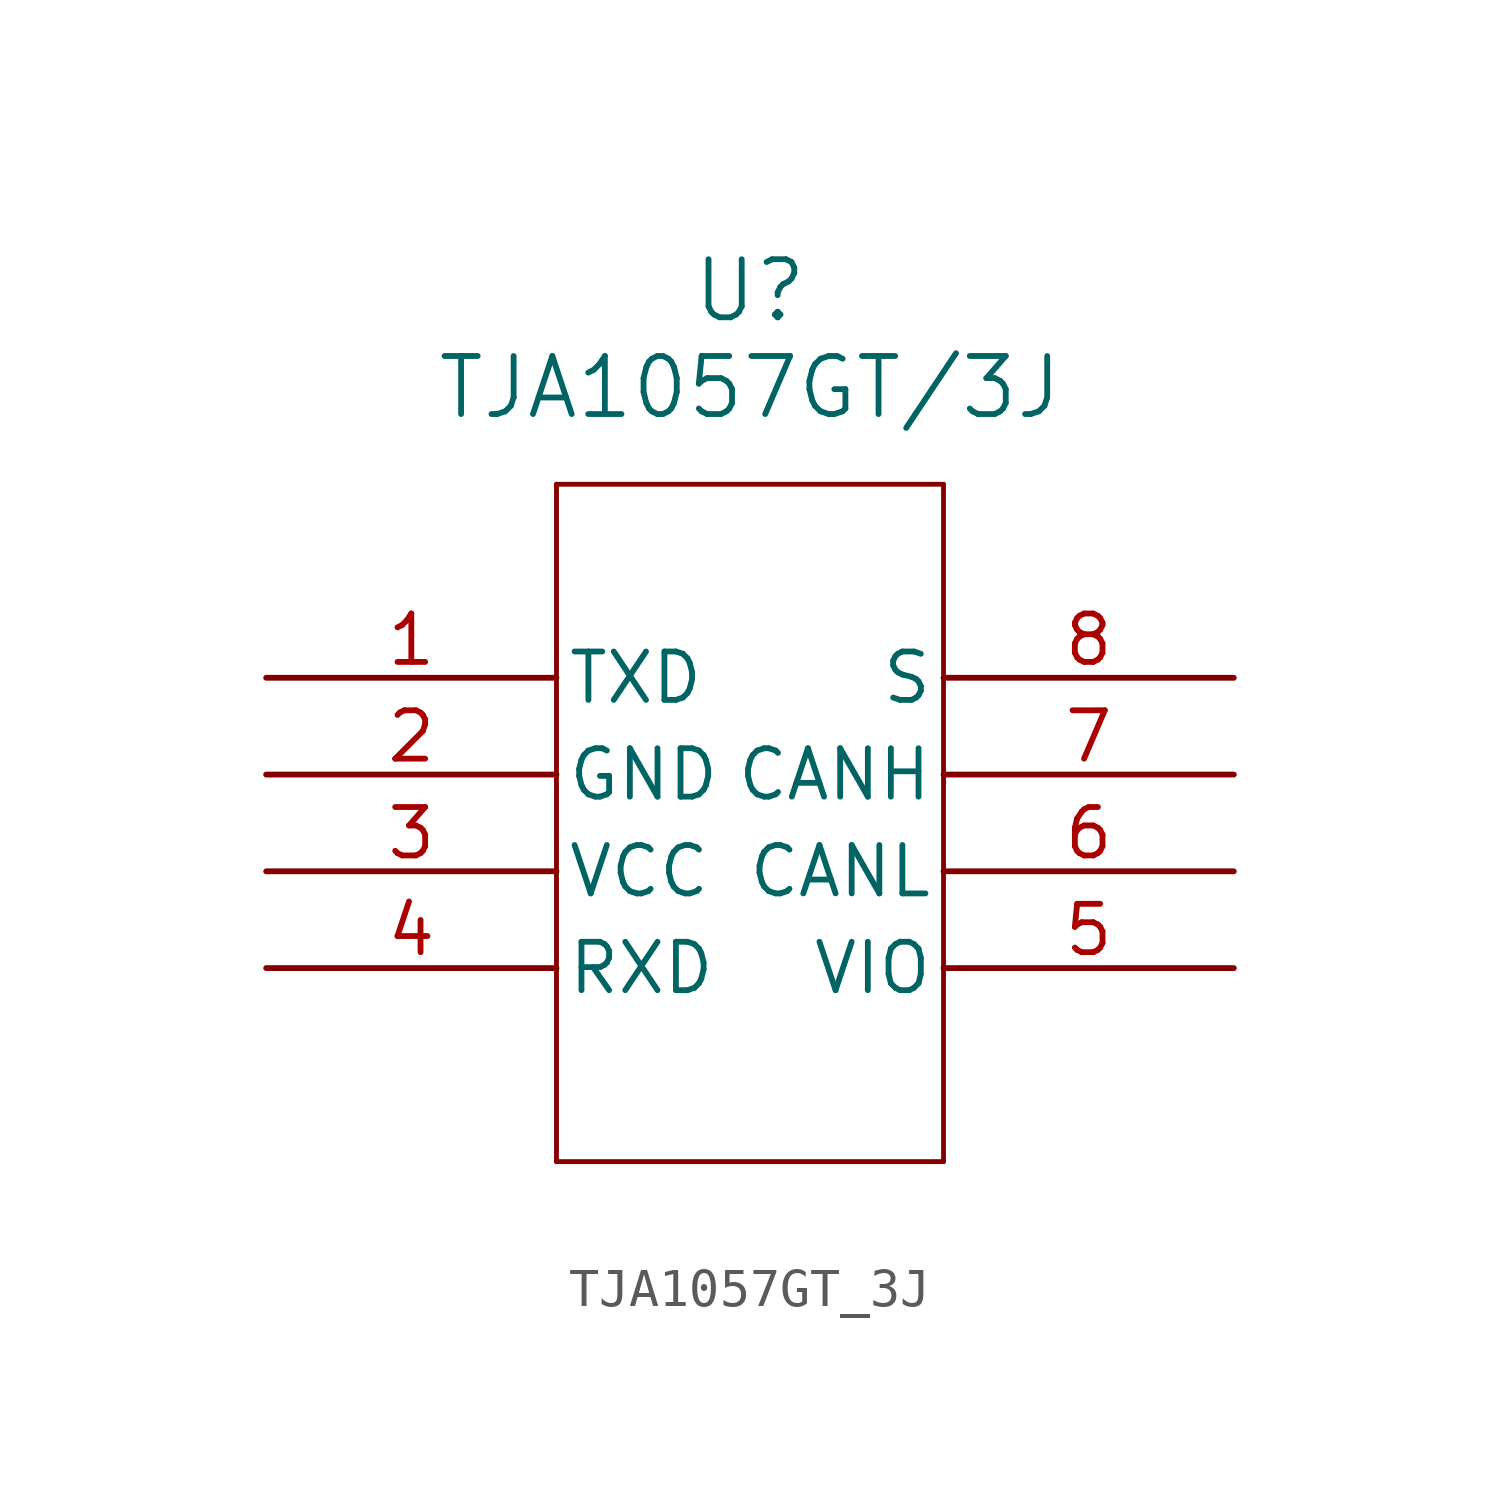
<source format=kicad_sym>
(kicad_symbol_lib
  (version 20220914)
  (generator kicad_symbol_editor)
  (symbol "TJA1057GT_3J"
    (pin_names
      (offset 0.254))
    (property "Reference" "U"
      (at 0 13.97 0)
      (effects (font (size 1.524 1.524))))
    (property "Value" "TJA1057GT/3J"
      (at 0 11.43 0)
      (effects (font (size 1.524 1.524))))
    (property "ki_locked" ""
      (at 0 0 0)
      (effects (font (size 1.27 1.27))))
    (symbol "TJA1057GT_3J_0_1"
      (polyline (pts (xy -5.08 -8.89) (xy 5.08 -8.89)) (stroke (width 0.127) (type default)) (fill (type none)))
      (polyline (pts (xy -5.08 8.89) (xy -5.08 -8.89)) (stroke (width 0.127) (type default)) (fill (type none)))
      (polyline (pts (xy 5.08 -8.89) (xy 5.08 8.89)) (stroke (width 0.127) (type default)) (fill (type none)))
      (polyline (pts (xy 5.08 8.89) (xy -5.08 8.89)) (stroke (width 0.127) (type default)) (fill (type none)))
      (pin input line (at -12.7 3.81 0) (length 7.62) (name "TXD" (effects (font (size 1.27 1.27)))) (number "1" (effects (font (size 1.27 1.27)))))
      (pin power_out line (at -12.7 1.27 0) (length 7.62) (name "GND" (effects (font (size 1.27 1.27)))) (number "2" (effects (font (size 1.27 1.27)))))
      (pin power_in line (at -12.7 -1.27 0) (length 7.62) (name "VCC" (effects (font (size 1.27 1.27)))) (number "3" (effects (font (size 1.27 1.27)))))
      (pin output line (at -12.7 -3.81 0) (length 7.62) (name "RXD" (effects (font (size 1.27 1.27)))) (number "4" (effects (font (size 1.27 1.27)))))
      (pin power_in line (at 12.7 -3.81 180) (length 7.62) (name "VIO" (effects (font (size 1.27 1.27)))) (number "5" (effects (font (size 1.27 1.27)))))
      (pin bidirectional line (at 12.7 -1.27 180) (length 7.62) (name "CANL" (effects (font (size 1.27 1.27)))) (number "6" (effects (font (size 1.27 1.27)))))
      (pin bidirectional line (at 12.7 1.27 180) (length 7.62) (name "CANH" (effects (font (size 1.27 1.27)))) (number "7" (effects (font (size 1.27 1.27)))))
      (pin input line (at 12.7 3.81 180) (length 7.62) (name "S" (effects (font (size 1.27 1.27)))) (number "8" (effects (font (size 1.27 1.27))))))))
</source>
